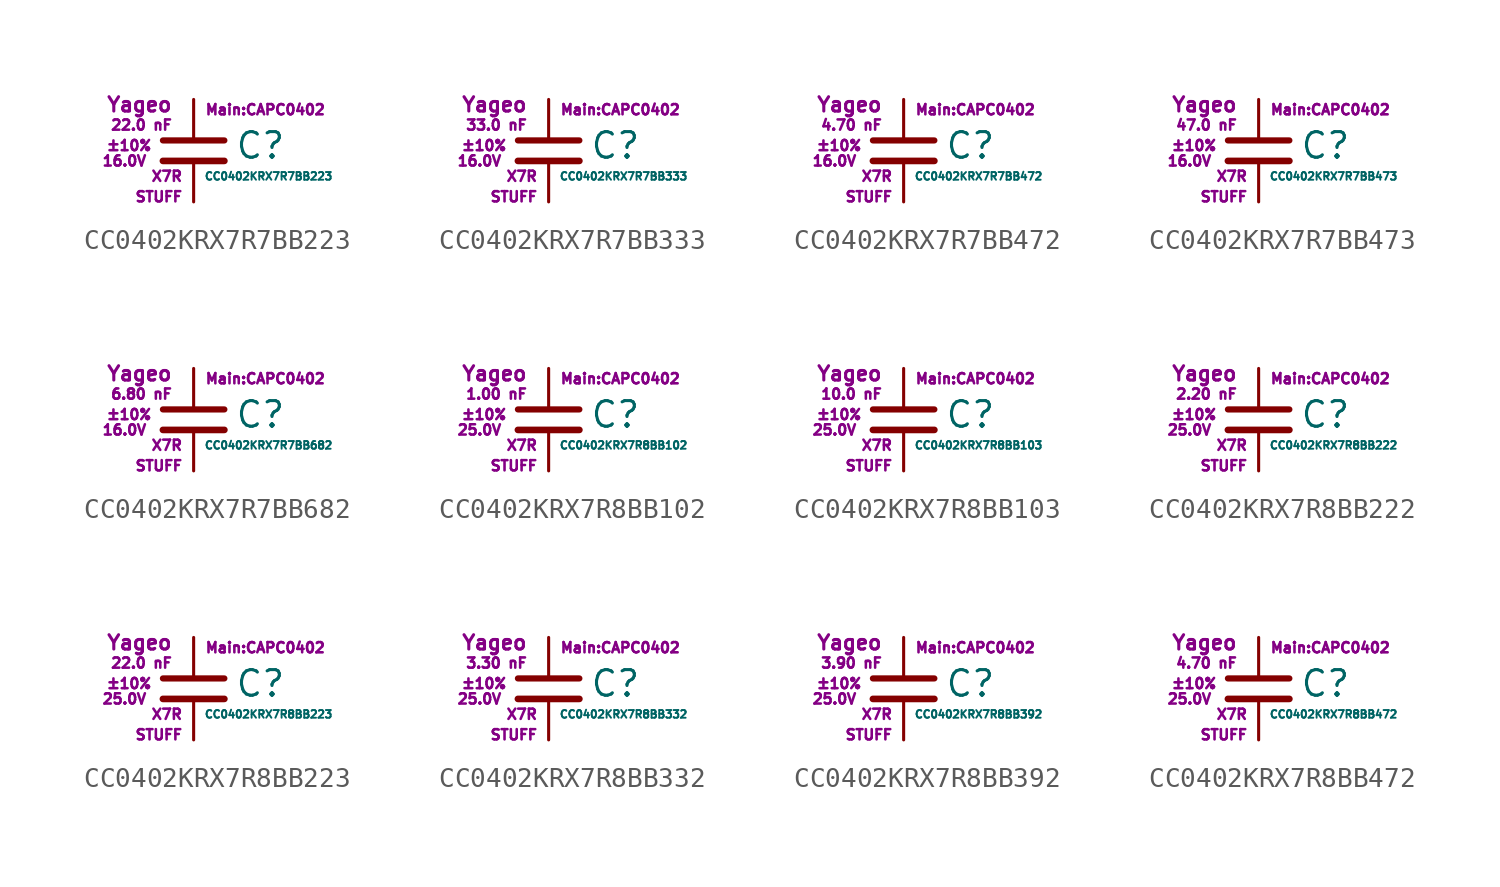
<source format=kicad_sym>
(kicad_symbol_lib
  (version 20211014)
  (generator kicad_symbol_editor)
  (symbol "CC0402KRX7R7BB223"
    (pin_numbers hide)
    (pin_names
      (offset 0.254) hide)
    (property "Reference" "C"
      (at 2.032 0.254 0)
      (effects (font (size 1.27 1.27)) (justify left)))
    (property "Value" "CC0402KRX7R7BB223"
      (at 0.508 -1.27 0)
      (effects (font (size 0.381 0.381)) (justify left)))
    (property "Footprint" "Main:CAPC0402"
      (at 3.556 2.032 0)
      (effects (font (size 0.508 0.508))))
    (property "Datasheet" ""
      (at 0.762 0.508 0)
      (effects (font (size 1.27 1.27))))
    (property "Manufacturer" "Yageo"
      (at -1.016 2.286 0)
      (effects (font (size 0.711 0.711)) (justify right)))
    (property "SKU" "STUFF"
      (at -0.508 -2.286 0)
      (effects (font (size 0.508 0.508)) (justify right)))
    (property "C" "22.0 nF"
      (at -1.016 1.27 0)
      (effects (font (size 0.508 0.508)) (justify right)))
    (property "Tol" "±10%"
      (at -2.032 0.254 0)
      (effects (font (size 0.508 0.508)) (justify right)))
    (property "Vmax" "16.0V"
      (at -2.286 -0.508 0)
      (effects (font (size 0.508 0.508)) (justify right)))
    (property "Type" "X7R"
      (at -0.508 -1.27 0)
      (effects (font (size 0.508 0.508)) (justify right)))
    (symbol "CC0402KRX7R7BB223_0_1"
      (polyline (pts (xy -1.524 -0.508) (xy 1.524 -0.508)) (stroke (width 0.33) (type default) (color 0 0 0 0)) (fill (type none)))
      (polyline (pts (xy -1.524 0.508) (xy 1.524 0.508)) (stroke (width 0.305) (type default) (color 0 0 0 0)) (fill (type none))))
    (symbol "CC0402KRX7R7BB223_1_1"
      (pin passive line (at 0 2.54 270) (length 1.905) (name "~" (effects (font (size 1.016 1.016)))) (number "1" (effects (font (size 1.016 1.016)))))
      (pin passive line (at 0 -2.54 90) (length 2.032) (name "~" (effects (font (size 1.016 1.016)))) (number "2" (effects (font (size 1.016 1.016)))))))
  (symbol "CC0402KRX7R7BB333"
    (pin_numbers hide)
    (pin_names
      (offset 0.254) hide)
    (property "Reference" "C"
      (at 2.032 0.254 0)
      (effects (font (size 1.27 1.27)) (justify left)))
    (property "Value" "CC0402KRX7R7BB333"
      (at 0.508 -1.27 0)
      (effects (font (size 0.381 0.381)) (justify left)))
    (property "Footprint" "Main:CAPC0402"
      (at 3.556 2.032 0)
      (effects (font (size 0.508 0.508))))
    (property "Datasheet" ""
      (at 0.762 0.508 0)
      (effects (font (size 1.27 1.27))))
    (property "Manufacturer" "Yageo"
      (at -1.016 2.286 0)
      (effects (font (size 0.711 0.711)) (justify right)))
    (property "SKU" "STUFF"
      (at -0.508 -2.286 0)
      (effects (font (size 0.508 0.508)) (justify right)))
    (property "C" "33.0 nF"
      (at -1.016 1.27 0)
      (effects (font (size 0.508 0.508)) (justify right)))
    (property "Tol" "±10%"
      (at -2.032 0.254 0)
      (effects (font (size 0.508 0.508)) (justify right)))
    (property "Vmax" "16.0V"
      (at -2.286 -0.508 0)
      (effects (font (size 0.508 0.508)) (justify right)))
    (property "Type" "X7R"
      (at -0.508 -1.27 0)
      (effects (font (size 0.508 0.508)) (justify right)))
    (symbol "CC0402KRX7R7BB333_0_1"
      (polyline (pts (xy -1.524 -0.508) (xy 1.524 -0.508)) (stroke (width 0.33) (type default) (color 0 0 0 0)) (fill (type none)))
      (polyline (pts (xy -1.524 0.508) (xy 1.524 0.508)) (stroke (width 0.305) (type default) (color 0 0 0 0)) (fill (type none))))
    (symbol "CC0402KRX7R7BB333_1_1"
      (pin passive line (at 0 2.54 270) (length 1.905) (name "~" (effects (font (size 1.016 1.016)))) (number "1" (effects (font (size 1.016 1.016)))))
      (pin passive line (at 0 -2.54 90) (length 2.032) (name "~" (effects (font (size 1.016 1.016)))) (number "2" (effects (font (size 1.016 1.016)))))))
  (symbol "CC0402KRX7R7BB472"
    (pin_numbers hide)
    (pin_names
      (offset 0.254) hide)
    (property "Reference" "C"
      (at 2.032 0.254 0)
      (effects (font (size 1.27 1.27)) (justify left)))
    (property "Value" "CC0402KRX7R7BB472"
      (at 0.508 -1.27 0)
      (effects (font (size 0.381 0.381)) (justify left)))
    (property "Footprint" "Main:CAPC0402"
      (at 3.556 2.032 0)
      (effects (font (size 0.508 0.508))))
    (property "Datasheet" ""
      (at 0.762 0.508 0)
      (effects (font (size 1.27 1.27))))
    (property "Manufacturer" "Yageo"
      (at -1.016 2.286 0)
      (effects (font (size 0.711 0.711)) (justify right)))
    (property "SKU" "STUFF"
      (at -0.508 -2.286 0)
      (effects (font (size 0.508 0.508)) (justify right)))
    (property "C" "4.70 nF"
      (at -1.016 1.27 0)
      (effects (font (size 0.508 0.508)) (justify right)))
    (property "Tol" "±10%"
      (at -2.032 0.254 0)
      (effects (font (size 0.508 0.508)) (justify right)))
    (property "Vmax" "16.0V"
      (at -2.286 -0.508 0)
      (effects (font (size 0.508 0.508)) (justify right)))
    (property "Type" "X7R"
      (at -0.508 -1.27 0)
      (effects (font (size 0.508 0.508)) (justify right)))
    (symbol "CC0402KRX7R7BB472_0_1"
      (polyline (pts (xy -1.524 -0.508) (xy 1.524 -0.508)) (stroke (width 0.33) (type default) (color 0 0 0 0)) (fill (type none)))
      (polyline (pts (xy -1.524 0.508) (xy 1.524 0.508)) (stroke (width 0.305) (type default) (color 0 0 0 0)) (fill (type none))))
    (symbol "CC0402KRX7R7BB472_1_1"
      (pin passive line (at 0 2.54 270) (length 1.905) (name "~" (effects (font (size 1.016 1.016)))) (number "1" (effects (font (size 1.016 1.016)))))
      (pin passive line (at 0 -2.54 90) (length 2.032) (name "~" (effects (font (size 1.016 1.016)))) (number "2" (effects (font (size 1.016 1.016)))))))
  (symbol "CC0402KRX7R7BB473"
    (pin_numbers hide)
    (pin_names
      (offset 0.254) hide)
    (property "Reference" "C"
      (at 2.032 0.254 0)
      (effects (font (size 1.27 1.27)) (justify left)))
    (property "Value" "CC0402KRX7R7BB473"
      (at 0.508 -1.27 0)
      (effects (font (size 0.381 0.381)) (justify left)))
    (property "Footprint" "Main:CAPC0402"
      (at 3.556 2.032 0)
      (effects (font (size 0.508 0.508))))
    (property "Datasheet" ""
      (at 0.762 0.508 0)
      (effects (font (size 1.27 1.27))))
    (property "Manufacturer" "Yageo"
      (at -1.016 2.286 0)
      (effects (font (size 0.711 0.711)) (justify right)))
    (property "SKU" "STUFF"
      (at -0.508 -2.286 0)
      (effects (font (size 0.508 0.508)) (justify right)))
    (property "C" "47.0 nF"
      (at -1.016 1.27 0)
      (effects (font (size 0.508 0.508)) (justify right)))
    (property "Tol" "±10%"
      (at -2.032 0.254 0)
      (effects (font (size 0.508 0.508)) (justify right)))
    (property "Vmax" "16.0V"
      (at -2.286 -0.508 0)
      (effects (font (size 0.508 0.508)) (justify right)))
    (property "Type" "X7R"
      (at -0.508 -1.27 0)
      (effects (font (size 0.508 0.508)) (justify right)))
    (symbol "CC0402KRX7R7BB473_0_1"
      (polyline (pts (xy -1.524 -0.508) (xy 1.524 -0.508)) (stroke (width 0.33) (type default) (color 0 0 0 0)) (fill (type none)))
      (polyline (pts (xy -1.524 0.508) (xy 1.524 0.508)) (stroke (width 0.305) (type default) (color 0 0 0 0)) (fill (type none))))
    (symbol "CC0402KRX7R7BB473_1_1"
      (pin passive line (at 0 2.54 270) (length 1.905) (name "~" (effects (font (size 1.016 1.016)))) (number "1" (effects (font (size 1.016 1.016)))))
      (pin passive line (at 0 -2.54 90) (length 2.032) (name "~" (effects (font (size 1.016 1.016)))) (number "2" (effects (font (size 1.016 1.016)))))))
  (symbol "CC0402KRX7R7BB682"
    (pin_numbers hide)
    (pin_names
      (offset 0.254) hide)
    (property "Reference" "C"
      (at 2.032 0.254 0)
      (effects (font (size 1.27 1.27)) (justify left)))
    (property "Value" "CC0402KRX7R7BB682"
      (at 0.508 -1.27 0)
      (effects (font (size 0.381 0.381)) (justify left)))
    (property "Footprint" "Main:CAPC0402"
      (at 3.556 2.032 0)
      (effects (font (size 0.508 0.508))))
    (property "Datasheet" ""
      (at 0.762 0.508 0)
      (effects (font (size 1.27 1.27))))
    (property "Manufacturer" "Yageo"
      (at -1.016 2.286 0)
      (effects (font (size 0.711 0.711)) (justify right)))
    (property "SKU" "STUFF"
      (at -0.508 -2.286 0)
      (effects (font (size 0.508 0.508)) (justify right)))
    (property "C" "6.80 nF"
      (at -1.016 1.27 0)
      (effects (font (size 0.508 0.508)) (justify right)))
    (property "Tol" "±10%"
      (at -2.032 0.254 0)
      (effects (font (size 0.508 0.508)) (justify right)))
    (property "Vmax" "16.0V"
      (at -2.286 -0.508 0)
      (effects (font (size 0.508 0.508)) (justify right)))
    (property "Type" "X7R"
      (at -0.508 -1.27 0)
      (effects (font (size 0.508 0.508)) (justify right)))
    (symbol "CC0402KRX7R7BB682_0_1"
      (polyline (pts (xy -1.524 -0.508) (xy 1.524 -0.508)) (stroke (width 0.33) (type default) (color 0 0 0 0)) (fill (type none)))
      (polyline (pts (xy -1.524 0.508) (xy 1.524 0.508)) (stroke (width 0.305) (type default) (color 0 0 0 0)) (fill (type none))))
    (symbol "CC0402KRX7R7BB682_1_1"
      (pin passive line (at 0 2.54 270) (length 1.905) (name "~" (effects (font (size 1.016 1.016)))) (number "1" (effects (font (size 1.016 1.016)))))
      (pin passive line (at 0 -2.54 90) (length 2.032) (name "~" (effects (font (size 1.016 1.016)))) (number "2" (effects (font (size 1.016 1.016)))))))
  (symbol "CC0402KRX7R8BB102"
    (pin_numbers hide)
    (pin_names
      (offset 0.254) hide)
    (property "Reference" "C"
      (at 2.032 0.254 0)
      (effects (font (size 1.27 1.27)) (justify left)))
    (property "Value" "CC0402KRX7R8BB102"
      (at 0.508 -1.27 0)
      (effects (font (size 0.381 0.381)) (justify left)))
    (property "Footprint" "Main:CAPC0402"
      (at 3.556 2.032 0)
      (effects (font (size 0.508 0.508))))
    (property "Datasheet" ""
      (at 0.762 0.508 0)
      (effects (font (size 1.27 1.27))))
    (property "Manufacturer" "Yageo"
      (at -1.016 2.286 0)
      (effects (font (size 0.711 0.711)) (justify right)))
    (property "SKU" "STUFF"
      (at -0.508 -2.286 0)
      (effects (font (size 0.508 0.508)) (justify right)))
    (property "C" "1.00 nF"
      (at -1.016 1.27 0)
      (effects (font (size 0.508 0.508)) (justify right)))
    (property "Tol" "±10%"
      (at -2.032 0.254 0)
      (effects (font (size 0.508 0.508)) (justify right)))
    (property "Vmax" "25.0V"
      (at -2.286 -0.508 0)
      (effects (font (size 0.508 0.508)) (justify right)))
    (property "Type" "X7R"
      (at -0.508 -1.27 0)
      (effects (font (size 0.508 0.508)) (justify right)))
    (symbol "CC0402KRX7R8BB102_0_1"
      (polyline (pts (xy -1.524 -0.508) (xy 1.524 -0.508)) (stroke (width 0.33) (type default) (color 0 0 0 0)) (fill (type none)))
      (polyline (pts (xy -1.524 0.508) (xy 1.524 0.508)) (stroke (width 0.305) (type default) (color 0 0 0 0)) (fill (type none))))
    (symbol "CC0402KRX7R8BB102_1_1"
      (pin passive line (at 0 2.54 270) (length 1.905) (name "~" (effects (font (size 1.016 1.016)))) (number "1" (effects (font (size 1.016 1.016)))))
      (pin passive line (at 0 -2.54 90) (length 2.032) (name "~" (effects (font (size 1.016 1.016)))) (number "2" (effects (font (size 1.016 1.016)))))))
  (symbol "CC0402KRX7R8BB103"
    (pin_numbers hide)
    (pin_names
      (offset 0.254) hide)
    (property "Reference" "C"
      (at 2.032 0.254 0)
      (effects (font (size 1.27 1.27)) (justify left)))
    (property "Value" "CC0402KRX7R8BB103"
      (at 0.508 -1.27 0)
      (effects (font (size 0.381 0.381)) (justify left)))
    (property "Footprint" "Main:CAPC0402"
      (at 3.556 2.032 0)
      (effects (font (size 0.508 0.508))))
    (property "Datasheet" ""
      (at 0.762 0.508 0)
      (effects (font (size 1.27 1.27))))
    (property "Manufacturer" "Yageo"
      (at -1.016 2.286 0)
      (effects (font (size 0.711 0.711)) (justify right)))
    (property "SKU" "STUFF"
      (at -0.508 -2.286 0)
      (effects (font (size 0.508 0.508)) (justify right)))
    (property "C" "10.0 nF"
      (at -1.016 1.27 0)
      (effects (font (size 0.508 0.508)) (justify right)))
    (property "Tol" "±10%"
      (at -2.032 0.254 0)
      (effects (font (size 0.508 0.508)) (justify right)))
    (property "Vmax" "25.0V"
      (at -2.286 -0.508 0)
      (effects (font (size 0.508 0.508)) (justify right)))
    (property "Type" "X7R"
      (at -0.508 -1.27 0)
      (effects (font (size 0.508 0.508)) (justify right)))
    (symbol "CC0402KRX7R8BB103_0_1"
      (polyline (pts (xy -1.524 -0.508) (xy 1.524 -0.508)) (stroke (width 0.33) (type default) (color 0 0 0 0)) (fill (type none)))
      (polyline (pts (xy -1.524 0.508) (xy 1.524 0.508)) (stroke (width 0.305) (type default) (color 0 0 0 0)) (fill (type none))))
    (symbol "CC0402KRX7R8BB103_1_1"
      (pin passive line (at 0 2.54 270) (length 1.905) (name "~" (effects (font (size 1.016 1.016)))) (number "1" (effects (font (size 1.016 1.016)))))
      (pin passive line (at 0 -2.54 90) (length 2.032) (name "~" (effects (font (size 1.016 1.016)))) (number "2" (effects (font (size 1.016 1.016)))))))
  (symbol "CC0402KRX7R8BB222"
    (pin_numbers hide)
    (pin_names
      (offset 0.254) hide)
    (property "Reference" "C"
      (at 2.032 0.254 0)
      (effects (font (size 1.27 1.27)) (justify left)))
    (property "Value" "CC0402KRX7R8BB222"
      (at 0.508 -1.27 0)
      (effects (font (size 0.381 0.381)) (justify left)))
    (property "Footprint" "Main:CAPC0402"
      (at 3.556 2.032 0)
      (effects (font (size 0.508 0.508))))
    (property "Datasheet" ""
      (at 0.762 0.508 0)
      (effects (font (size 1.27 1.27))))
    (property "Manufacturer" "Yageo"
      (at -1.016 2.286 0)
      (effects (font (size 0.711 0.711)) (justify right)))
    (property "SKU" "STUFF"
      (at -0.508 -2.286 0)
      (effects (font (size 0.508 0.508)) (justify right)))
    (property "C" "2.20 nF"
      (at -1.016 1.27 0)
      (effects (font (size 0.508 0.508)) (justify right)))
    (property "Tol" "±10%"
      (at -2.032 0.254 0)
      (effects (font (size 0.508 0.508)) (justify right)))
    (property "Vmax" "25.0V"
      (at -2.286 -0.508 0)
      (effects (font (size 0.508 0.508)) (justify right)))
    (property "Type" "X7R"
      (at -0.508 -1.27 0)
      (effects (font (size 0.508 0.508)) (justify right)))
    (symbol "CC0402KRX7R8BB222_0_1"
      (polyline (pts (xy -1.524 -0.508) (xy 1.524 -0.508)) (stroke (width 0.33) (type default) (color 0 0 0 0)) (fill (type none)))
      (polyline (pts (xy -1.524 0.508) (xy 1.524 0.508)) (stroke (width 0.305) (type default) (color 0 0 0 0)) (fill (type none))))
    (symbol "CC0402KRX7R8BB222_1_1"
      (pin passive line (at 0 2.54 270) (length 1.905) (name "~" (effects (font (size 1.016 1.016)))) (number "1" (effects (font (size 1.016 1.016)))))
      (pin passive line (at 0 -2.54 90) (length 2.032) (name "~" (effects (font (size 1.016 1.016)))) (number "2" (effects (font (size 1.016 1.016)))))))
  (symbol "CC0402KRX7R8BB223"
    (pin_numbers hide)
    (pin_names
      (offset 0.254) hide)
    (property "Reference" "C"
      (at 2.032 0.254 0)
      (effects (font (size 1.27 1.27)) (justify left)))
    (property "Value" "CC0402KRX7R8BB223"
      (at 0.508 -1.27 0)
      (effects (font (size 0.381 0.381)) (justify left)))
    (property "Footprint" "Main:CAPC0402"
      (at 3.556 2.032 0)
      (effects (font (size 0.508 0.508))))
    (property "Datasheet" ""
      (at 0.762 0.508 0)
      (effects (font (size 1.27 1.27))))
    (property "Manufacturer" "Yageo"
      (at -1.016 2.286 0)
      (effects (font (size 0.711 0.711)) (justify right)))
    (property "SKU" "STUFF"
      (at -0.508 -2.286 0)
      (effects (font (size 0.508 0.508)) (justify right)))
    (property "C" "22.0 nF"
      (at -1.016 1.27 0)
      (effects (font (size 0.508 0.508)) (justify right)))
    (property "Tol" "±10%"
      (at -2.032 0.254 0)
      (effects (font (size 0.508 0.508)) (justify right)))
    (property "Vmax" "25.0V"
      (at -2.286 -0.508 0)
      (effects (font (size 0.508 0.508)) (justify right)))
    (property "Type" "X7R"
      (at -0.508 -1.27 0)
      (effects (font (size 0.508 0.508)) (justify right)))
    (symbol "CC0402KRX7R8BB223_0_1"
      (polyline (pts (xy -1.524 -0.508) (xy 1.524 -0.508)) (stroke (width 0.33) (type default) (color 0 0 0 0)) (fill (type none)))
      (polyline (pts (xy -1.524 0.508) (xy 1.524 0.508)) (stroke (width 0.305) (type default) (color 0 0 0 0)) (fill (type none))))
    (symbol "CC0402KRX7R8BB223_1_1"
      (pin passive line (at 0 2.54 270) (length 1.905) (name "~" (effects (font (size 1.016 1.016)))) (number "1" (effects (font (size 1.016 1.016)))))
      (pin passive line (at 0 -2.54 90) (length 2.032) (name "~" (effects (font (size 1.016 1.016)))) (number "2" (effects (font (size 1.016 1.016)))))))
  (symbol "CC0402KRX7R8BB332"
    (pin_numbers hide)
    (pin_names
      (offset 0.254) hide)
    (property "Reference" "C"
      (at 2.032 0.254 0)
      (effects (font (size 1.27 1.27)) (justify left)))
    (property "Value" "CC0402KRX7R8BB332"
      (at 0.508 -1.27 0)
      (effects (font (size 0.381 0.381)) (justify left)))
    (property "Footprint" "Main:CAPC0402"
      (at 3.556 2.032 0)
      (effects (font (size 0.508 0.508))))
    (property "Datasheet" ""
      (at 0.762 0.508 0)
      (effects (font (size 1.27 1.27))))
    (property "Manufacturer" "Yageo"
      (at -1.016 2.286 0)
      (effects (font (size 0.711 0.711)) (justify right)))
    (property "SKU" "STUFF"
      (at -0.508 -2.286 0)
      (effects (font (size 0.508 0.508)) (justify right)))
    (property "C" "3.30 nF"
      (at -1.016 1.27 0)
      (effects (font (size 0.508 0.508)) (justify right)))
    (property "Tol" "±10%"
      (at -2.032 0.254 0)
      (effects (font (size 0.508 0.508)) (justify right)))
    (property "Vmax" "25.0V"
      (at -2.286 -0.508 0)
      (effects (font (size 0.508 0.508)) (justify right)))
    (property "Type" "X7R"
      (at -0.508 -1.27 0)
      (effects (font (size 0.508 0.508)) (justify right)))
    (symbol "CC0402KRX7R8BB332_0_1"
      (polyline (pts (xy -1.524 -0.508) (xy 1.524 -0.508)) (stroke (width 0.33) (type default) (color 0 0 0 0)) (fill (type none)))
      (polyline (pts (xy -1.524 0.508) (xy 1.524 0.508)) (stroke (width 0.305) (type default) (color 0 0 0 0)) (fill (type none))))
    (symbol "CC0402KRX7R8BB332_1_1"
      (pin passive line (at 0 2.54 270) (length 1.905) (name "~" (effects (font (size 1.016 1.016)))) (number "1" (effects (font (size 1.016 1.016)))))
      (pin passive line (at 0 -2.54 90) (length 2.032) (name "~" (effects (font (size 1.016 1.016)))) (number "2" (effects (font (size 1.016 1.016)))))))
  (symbol "CC0402KRX7R8BB392"
    (pin_numbers hide)
    (pin_names
      (offset 0.254) hide)
    (property "Reference" "C"
      (at 2.032 0.254 0)
      (effects (font (size 1.27 1.27)) (justify left)))
    (property "Value" "CC0402KRX7R8BB392"
      (at 0.508 -1.27 0)
      (effects (font (size 0.381 0.381)) (justify left)))
    (property "Footprint" "Main:CAPC0402"
      (at 3.556 2.032 0)
      (effects (font (size 0.508 0.508))))
    (property "Datasheet" ""
      (at 0.762 0.508 0)
      (effects (font (size 1.27 1.27))))
    (property "Manufacturer" "Yageo"
      (at -1.016 2.286 0)
      (effects (font (size 0.711 0.711)) (justify right)))
    (property "SKU" "STUFF"
      (at -0.508 -2.286 0)
      (effects (font (size 0.508 0.508)) (justify right)))
    (property "C" "3.90 nF"
      (at -1.016 1.27 0)
      (effects (font (size 0.508 0.508)) (justify right)))
    (property "Tol" "±10%"
      (at -2.032 0.254 0)
      (effects (font (size 0.508 0.508)) (justify right)))
    (property "Vmax" "25.0V"
      (at -2.286 -0.508 0)
      (effects (font (size 0.508 0.508)) (justify right)))
    (property "Type" "X7R"
      (at -0.508 -1.27 0)
      (effects (font (size 0.508 0.508)) (justify right)))
    (symbol "CC0402KRX7R8BB392_0_1"
      (polyline (pts (xy -1.524 -0.508) (xy 1.524 -0.508)) (stroke (width 0.33) (type default) (color 0 0 0 0)) (fill (type none)))
      (polyline (pts (xy -1.524 0.508) (xy 1.524 0.508)) (stroke (width 0.305) (type default) (color 0 0 0 0)) (fill (type none))))
    (symbol "CC0402KRX7R8BB392_1_1"
      (pin passive line (at 0 2.54 270) (length 1.905) (name "~" (effects (font (size 1.016 1.016)))) (number "1" (effects (font (size 1.016 1.016)))))
      (pin passive line (at 0 -2.54 90) (length 2.032) (name "~" (effects (font (size 1.016 1.016)))) (number "2" (effects (font (size 1.016 1.016)))))))
  (symbol "CC0402KRX7R8BB472"
    (pin_numbers hide)
    (pin_names
      (offset 0.254) hide)
    (property "Reference" "C"
      (at 2.032 0.254 0)
      (effects (font (size 1.27 1.27)) (justify left)))
    (property "Value" "CC0402KRX7R8BB472"
      (at 0.508 -1.27 0)
      (effects (font (size 0.381 0.381)) (justify left)))
    (property "Footprint" "Main:CAPC0402"
      (at 3.556 2.032 0)
      (effects (font (size 0.508 0.508))))
    (property "Datasheet" ""
      (at 0.762 0.508 0)
      (effects (font (size 1.27 1.27))))
    (property "Manufacturer" "Yageo"
      (at -1.016 2.286 0)
      (effects (font (size 0.711 0.711)) (justify right)))
    (property "SKU" "STUFF"
      (at -0.508 -2.286 0)
      (effects (font (size 0.508 0.508)) (justify right)))
    (property "C" "4.70 nF"
      (at -1.016 1.27 0)
      (effects (font (size 0.508 0.508)) (justify right)))
    (property "Tol" "±10%"
      (at -2.032 0.254 0)
      (effects (font (size 0.508 0.508)) (justify right)))
    (property "Vmax" "25.0V"
      (at -2.286 -0.508 0)
      (effects (font (size 0.508 0.508)) (justify right)))
    (property "Type" "X7R"
      (at -0.508 -1.27 0)
      (effects (font (size 0.508 0.508)) (justify right)))
    (symbol "CC0402KRX7R8BB472_0_1"
      (polyline (pts (xy -1.524 -0.508) (xy 1.524 -0.508)) (stroke (width 0.33) (type default) (color 0 0 0 0)) (fill (type none)))
      (polyline (pts (xy -1.524 0.508) (xy 1.524 0.508)) (stroke (width 0.305) (type default) (color 0 0 0 0)) (fill (type none))))
    (symbol "CC0402KRX7R8BB472_1_1"
      (pin passive line (at 0 2.54 270) (length 1.905) (name "~" (effects (font (size 1.016 1.016)))) (number "1" (effects (font (size 1.016 1.016)))))
      (pin passive line (at 0 -2.54 90) (length 2.032) (name "~" (effects (font (size 1.016 1.016)))) (number "2" (effects (font (size 1.016 1.016))))))))
</source>
